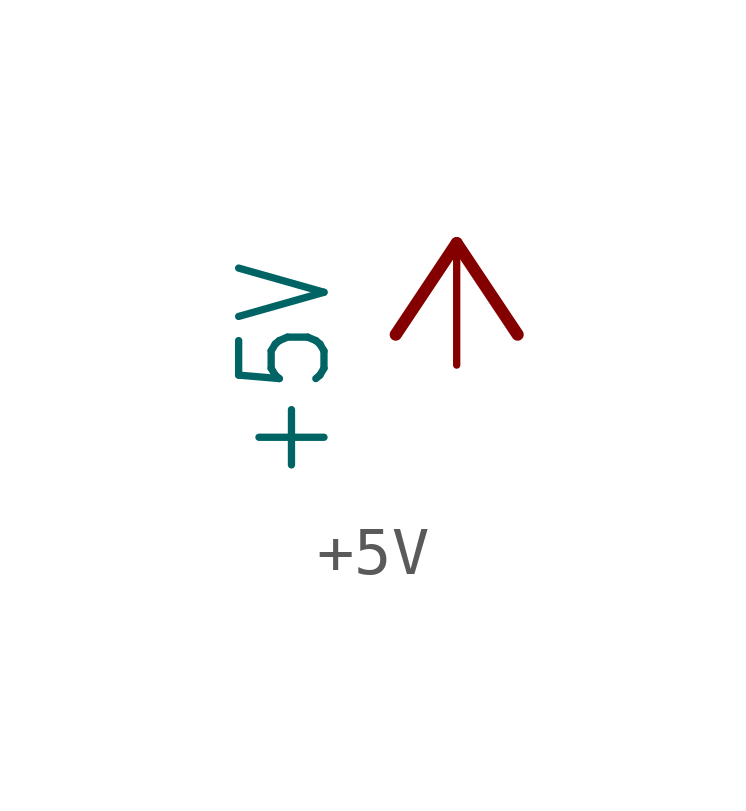
<source format=kicad_sym>
(kicad_symbol_lib
  (version 20201005)
  (generator kicad_symbol_editor)
  (symbol "+5V"
    (power)
    (property "Reference" "#P+"
      (at 0 0 0)
      (effects (font (size 1.27 1.27)) hide))
    (property "Value" "+5V"
      (at -2.54 -5.08 90)
      (effects (font (size 1.778 1.511)) (justify left bottom)))
    (property "ki_locked" ""
      (at 0 0 0)
      (effects (font (size 1.27 1.27))))
    (symbol "+5V_1_0"
      (polyline (pts (xy 0 0) (xy -1.27 -1.905)) (stroke (width 0.254)) (fill (type none)))
      (polyline (pts (xy 1.27 -1.905) (xy 0 0)) (stroke (width 0.254)) (fill (type none)))
      (pin power_in line (at 0 -2.54 90) (length 2.54) (name "+5V" (effects (font (size 0 0)))) (number "1" (effects (font (size 0 0))))))))
</source>
